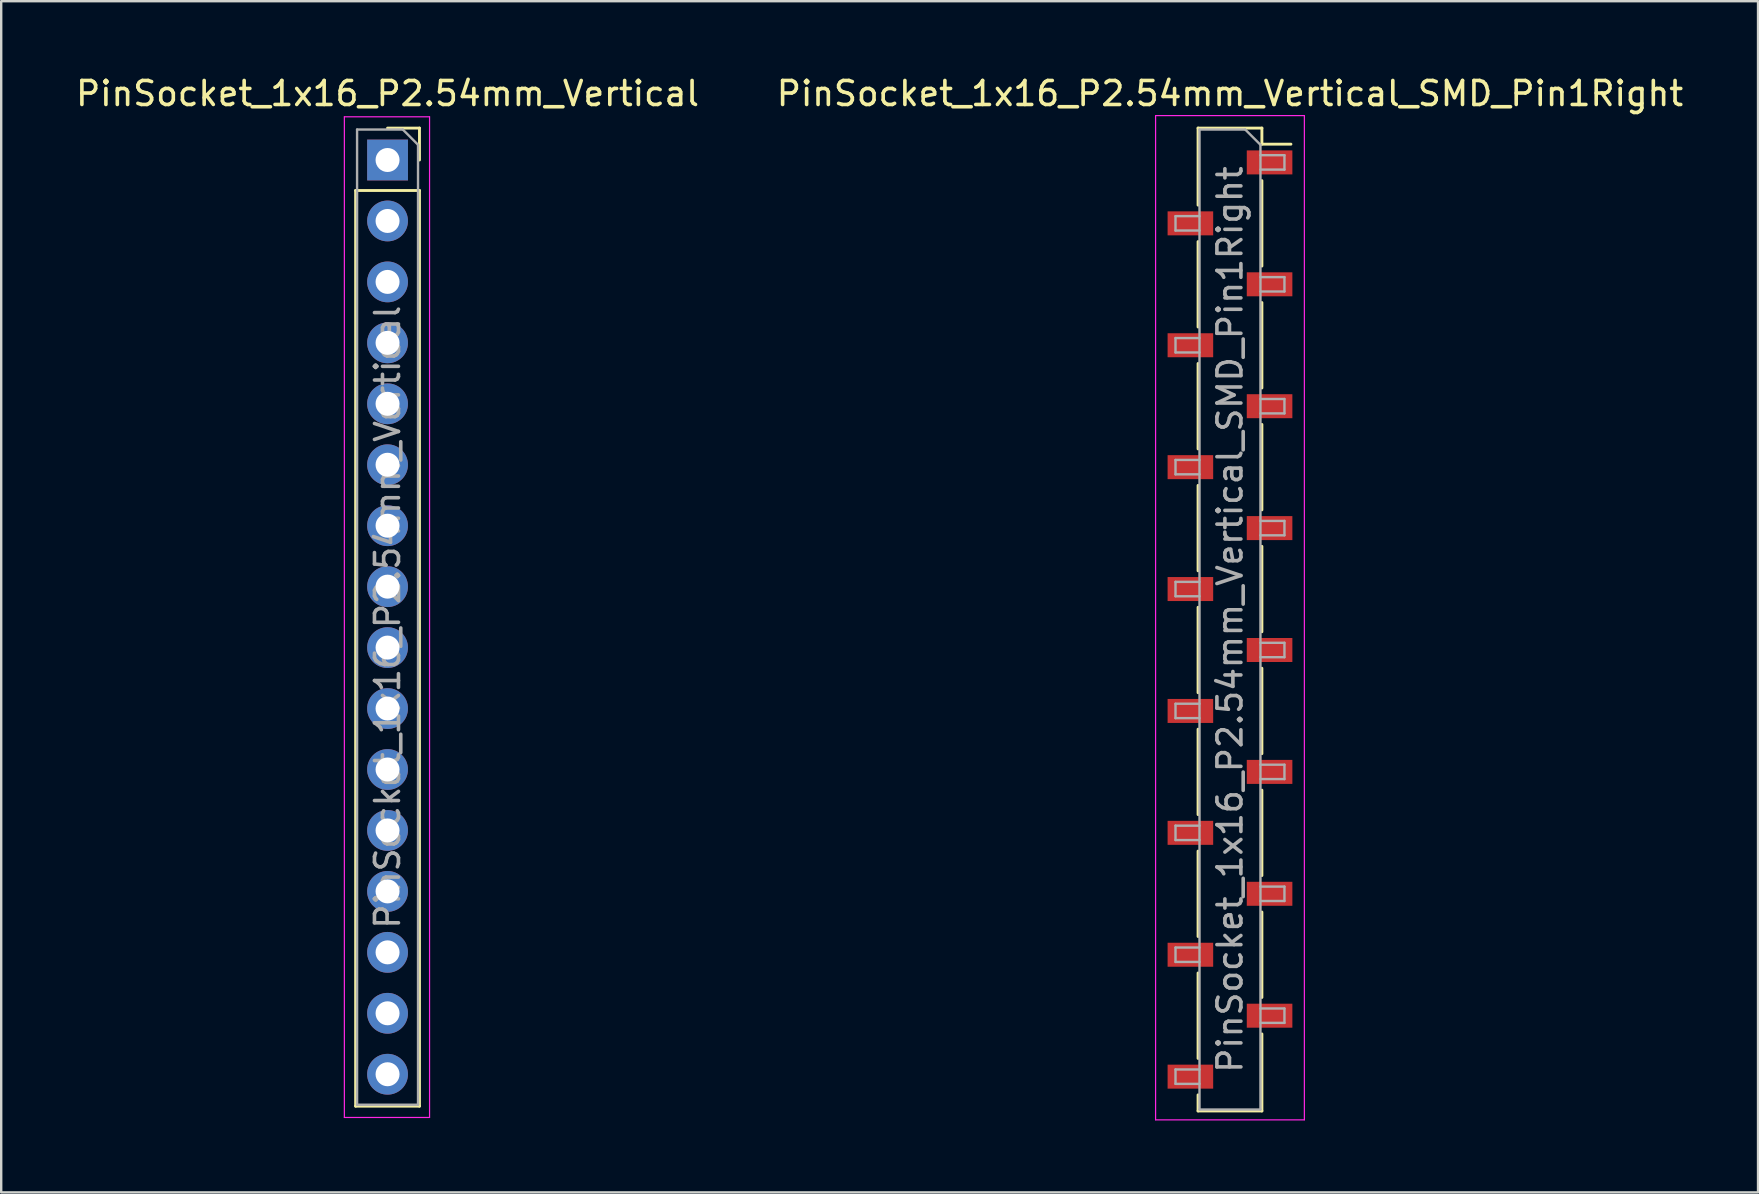
<source format=kicad_pcb>
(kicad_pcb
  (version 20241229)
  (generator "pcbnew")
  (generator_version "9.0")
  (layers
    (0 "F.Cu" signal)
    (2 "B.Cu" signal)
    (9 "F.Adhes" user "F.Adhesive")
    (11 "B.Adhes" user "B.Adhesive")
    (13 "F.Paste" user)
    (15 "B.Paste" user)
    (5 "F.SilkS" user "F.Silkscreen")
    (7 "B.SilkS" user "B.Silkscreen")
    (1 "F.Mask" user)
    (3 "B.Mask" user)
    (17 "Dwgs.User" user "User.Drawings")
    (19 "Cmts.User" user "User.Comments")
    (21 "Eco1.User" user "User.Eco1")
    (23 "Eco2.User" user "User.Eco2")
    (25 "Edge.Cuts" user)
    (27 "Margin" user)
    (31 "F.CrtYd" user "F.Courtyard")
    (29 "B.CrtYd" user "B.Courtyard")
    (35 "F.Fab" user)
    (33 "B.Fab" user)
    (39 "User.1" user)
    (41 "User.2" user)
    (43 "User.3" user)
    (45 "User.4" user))
  (footprint "PinSocket_1x16_P2.54mm_Vertical"
    (layer "F.Cu")
    (at 13.101 3.618)
    (property "Reference" "PinSocket_1x16_P2.54mm_Vertical" (at 0 -2.77 0) (layer "F.SilkS") (effects (font (size 1 1) (thickness 0.15))))
    (attr through_hole)
    (fp_line (start -1.33 1.27) (end -1.33 39.43) (stroke (width 0.12) (type solid)) (layer "F.SilkS"))
    (fp_line (start -1.33 1.27) (end 1.33 1.27) (stroke (width 0.12) (type solid)) (layer "F.SilkS"))
    (fp_line (start -1.33 39.43) (end 1.33 39.43) (stroke (width 0.12) (type solid)) (layer "F.SilkS"))
    (fp_line (start 0 -1.33) (end 1.33 -1.33) (stroke (width 0.12) (type solid)) (layer "F.SilkS"))
    (fp_line (start 1.33 -1.33) (end 1.33 0) (stroke (width 0.12) (type solid)) (layer "F.SilkS"))
    (fp_line (start 1.33 1.27) (end 1.33 39.43) (stroke (width 0.12) (type solid)) (layer "F.SilkS"))
    (fp_line (start -1.8 -1.8) (end 1.75 -1.8) (stroke (width 0.05) (type solid)) (layer "F.CrtYd"))
    (fp_line (start -1.8 39.9) (end -1.8 -1.8) (stroke (width 0.05) (type solid)) (layer "F.CrtYd"))
    (fp_line (start 1.75 -1.8) (end 1.75 39.9) (stroke (width 0.05) (type solid)) (layer "F.CrtYd"))
    (fp_line (start 1.75 39.9) (end -1.8 39.9) (stroke (width 0.05) (type solid)) (layer "F.CrtYd"))
    (fp_line (start -1.27 -1.27) (end 0.635 -1.27) (stroke (width 0.1) (type solid)) (layer "F.Fab"))
    (fp_line (start -1.27 39.37) (end -1.27 -1.27) (stroke (width 0.1) (type solid)) (layer "F.Fab"))
    (fp_line (start 0.635 -1.27) (end 1.27 -0.635) (stroke (width 0.1) (type solid)) (layer "F.Fab"))
    (fp_line (start 1.27 -0.635) (end 1.27 39.37) (stroke (width 0.1) (type solid)) (layer "F.Fab"))
    (fp_line (start 1.27 39.37) (end -1.27 39.37) (stroke (width 0.1) (type solid)) (layer "F.Fab"))
    (fp_text user "${REFERENCE}" (at 0 19.05 90) (layer "F.Fab") (effects (font (size 1 1) (thickness 0.15))))
    (pad "1" thru_hole rect (at 0 0) (size 1.7 1.7) (drill 1) (layers "*.Cu" "*.Mask"))
    (pad "2" thru_hole oval (at 0 2.54) (size 1.7 1.7) (drill 1) (layers "*.Cu" "*.Mask"))
    (pad "3" thru_hole oval (at 0 5.08) (size 1.7 1.7) (drill 1) (layers "*.Cu" "*.Mask"))
    (pad "4" thru_hole oval (at 0 7.62) (size 1.7 1.7) (drill 1) (layers "*.Cu" "*.Mask"))
    (pad "5" thru_hole oval (at 0 10.16) (size 1.7 1.7) (drill 1) (layers "*.Cu" "*.Mask"))
    (pad "6" thru_hole oval (at 0 12.7) (size 1.7 1.7) (drill 1) (layers "*.Cu" "*.Mask"))
    (pad "7" thru_hole oval (at 0 15.24) (size 1.7 1.7) (drill 1) (layers "*.Cu" "*.Mask"))
    (pad "8" thru_hole oval (at 0 17.78) (size 1.7 1.7) (drill 1) (layers "*.Cu" "*.Mask"))
    (pad "9" thru_hole oval (at 0 20.32) (size 1.7 1.7) (drill 1) (layers "*.Cu" "*.Mask"))
    (pad "10" thru_hole oval (at 0 22.86) (size 1.7 1.7) (drill 1) (layers "*.Cu" "*.Mask"))
    (pad "11" thru_hole oval (at 0 25.4) (size 1.7 1.7) (drill 1) (layers "*.Cu" "*.Mask"))
    (pad "12" thru_hole oval (at 0 27.94) (size 1.7 1.7) (drill 1) (layers "*.Cu" "*.Mask"))
    (pad "13" thru_hole oval (at 0 30.48) (size 1.7 1.7) (drill 1) (layers "*.Cu" "*.Mask"))
    (pad "14" thru_hole oval (at 0 33.02) (size 1.7 1.7) (drill 1) (layers "*.Cu" "*.Mask"))
    (pad "15" thru_hole oval (at 0 35.56) (size 1.7 1.7) (drill 1) (layers "*.Cu" "*.Mask"))
    (pad "16" thru_hole oval (at 0 38.1) (size 1.7 1.7) (drill 1) (layers "*.Cu" "*.Mask")))
  (footprint "PinSocket_1x16_P2.54mm_Vertical_SMD_Pin1Right"
    (layer "F.Cu")
    (at 48.208 22.768)
    (property "Reference" "PinSocket_1x16_P2.54mm_Vertical_SMD_Pin1Right" (at 0 -21.92 0) (layer "F.SilkS") (effects (font (size 1 1) (thickness 0.15))))
    (attr smd)
    (fp_line (start -1.33 -20.48) (end -1.33 -17.27) (stroke (width 0.12) (type solid)) (layer "F.SilkS"))
    (fp_line (start -1.33 -20.48) (end 1.33 -20.48) (stroke (width 0.12) (type solid)) (layer "F.SilkS"))
    (fp_line (start -1.33 -15.75) (end -1.33 -12.19) (stroke (width 0.12) (type solid)) (layer "F.SilkS"))
    (fp_line (start -1.33 -10.67) (end -1.33 -7.11) (stroke (width 0.12) (type solid)) (layer "F.SilkS"))
    (fp_line (start -1.33 -5.59) (end -1.33 -2.03) (stroke (width 0.12) (type solid)) (layer "F.SilkS"))
    (fp_line (start -1.33 -0.51) (end -1.33 3.05) (stroke (width 0.12) (type solid)) (layer "F.SilkS"))
    (fp_line (start -1.33 4.57) (end -1.33 8.13) (stroke (width 0.12) (type solid)) (layer "F.SilkS"))
    (fp_line (start -1.33 9.65) (end -1.33 13.21) (stroke (width 0.12) (type solid)) (layer "F.SilkS"))
    (fp_line (start -1.33 14.73) (end -1.33 18.29) (stroke (width 0.12) (type solid)) (layer "F.SilkS"))
    (fp_line (start -1.33 19.81) (end -1.33 20.48) (stroke (width 0.12) (type solid)) (layer "F.SilkS"))
    (fp_line (start -1.33 20.48) (end 1.33 20.48) (stroke (width 0.12) (type solid)) (layer "F.SilkS"))
    (fp_line (start 1.33 -20.48) (end 1.33 -19.81) (stroke (width 0.12) (type solid)) (layer "F.SilkS"))
    (fp_line (start 1.33 -19.81) (end 2.54 -19.81) (stroke (width 0.12) (type solid)) (layer "F.SilkS"))
    (fp_line (start 1.33 -18.29) (end 1.33 -14.73) (stroke (width 0.12) (type solid)) (layer "F.SilkS"))
    (fp_line (start 1.33 -13.21) (end 1.33 -9.65) (stroke (width 0.12) (type solid)) (layer "F.SilkS"))
    (fp_line (start 1.33 -8.13) (end 1.33 -4.57) (stroke (width 0.12) (type solid)) (layer "F.SilkS"))
    (fp_line (start 1.33 -3.05) (end 1.33 0.51) (stroke (width 0.12) (type solid)) (layer "F.SilkS"))
    (fp_line (start 1.33 2.03) (end 1.33 5.59) (stroke (width 0.12) (type solid)) (layer "F.SilkS"))
    (fp_line (start 1.33 7.11) (end 1.33 10.67) (stroke (width 0.12) (type solid)) (layer "F.SilkS"))
    (fp_line (start 1.33 12.19) (end 1.33 15.75) (stroke (width 0.12) (type solid)) (layer "F.SilkS"))
    (fp_line (start 1.33 17.27) (end 1.33 20.48) (stroke (width 0.12) (type solid)) (layer "F.SilkS"))
    (fp_line (start -3.1 -21) (end 3.1 -21) (stroke (width 0.05) (type solid)) (layer "F.CrtYd"))
    (fp_line (start -3.1 20.85) (end -3.1 -21) (stroke (width 0.05) (type solid)) (layer "F.CrtYd"))
    (fp_line (start 3.1 -21) (end 3.1 20.85) (stroke (width 0.05) (type solid)) (layer "F.CrtYd"))
    (fp_line (start 3.1 20.85) (end -3.1 20.85) (stroke (width 0.05) (type solid)) (layer "F.CrtYd"))
    (fp_line (start -2.27 -16.81) (end -1.27 -16.81) (stroke (width 0.1) (type solid)) (layer "F.Fab"))
    (fp_line (start -2.27 -16.21) (end -2.27 -16.81) (stroke (width 0.1) (type solid)) (layer "F.Fab"))
    (fp_line (start -2.27 -11.73) (end -1.27 -11.73) (stroke (width 0.1) (type solid)) (layer "F.Fab"))
    (fp_line (start -2.27 -11.13) (end -2.27 -11.73) (stroke (width 0.1) (type solid)) (layer "F.Fab"))
    (fp_line (start -2.27 -6.65) (end -1.27 -6.65) (stroke (width 0.1) (type solid)) (layer "F.Fab"))
    (fp_line (start -2.27 -6.05) (end -2.27 -6.65) (stroke (width 0.1) (type solid)) (layer "F.Fab"))
    (fp_line (start -2.27 -1.57) (end -1.27 -1.57) (stroke (width 0.1) (type solid)) (layer "F.Fab"))
    (fp_line (start -2.27 -0.97) (end -2.27 -1.57) (stroke (width 0.1) (type solid)) (layer "F.Fab"))
    (fp_line (start -2.27 3.51) (end -1.27 3.51) (stroke (width 0.1) (type solid)) (layer "F.Fab"))
    (fp_line (start -2.27 4.11) (end -2.27 3.51) (stroke (width 0.1) (type solid)) (layer "F.Fab"))
    (fp_line (start -2.27 8.59) (end -1.27 8.59) (stroke (width 0.1) (type solid)) (layer "F.Fab"))
    (fp_line (start -2.27 9.19) (end -2.27 8.59) (stroke (width 0.1) (type solid)) (layer "F.Fab"))
    (fp_line (start -2.27 13.67) (end -1.27 13.67) (stroke (width 0.1) (type solid)) (layer "F.Fab"))
    (fp_line (start -2.27 14.27) (end -2.27 13.67) (stroke (width 0.1) (type solid)) (layer "F.Fab"))
    (fp_line (start -2.27 18.75) (end -1.27 18.75) (stroke (width 0.1) (type solid)) (layer "F.Fab"))
    (fp_line (start -2.27 19.35) (end -2.27 18.75) (stroke (width 0.1) (type solid)) (layer "F.Fab"))
    (fp_line (start -1.27 -20.42) (end 0.635 -20.42) (stroke (width 0.1) (type solid)) (layer "F.Fab"))
    (fp_line (start -1.27 -16.21) (end -2.27 -16.21) (stroke (width 0.1) (type solid)) (layer "F.Fab"))
    (fp_line (start -1.27 -11.13) (end -2.27 -11.13) (stroke (width 0.1) (type solid)) (layer "F.Fab"))
    (fp_line (start -1.27 -6.05) (end -2.27 -6.05) (stroke (width 0.1) (type solid)) (layer "F.Fab"))
    (fp_line (start -1.27 -0.97) (end -2.27 -0.97) (stroke (width 0.1) (type solid)) (layer "F.Fab"))
    (fp_line (start -1.27 4.11) (end -2.27 4.11) (stroke (width 0.1) (type solid)) (layer "F.Fab"))
    (fp_line (start -1.27 9.19) (end -2.27 9.19) (stroke (width 0.1) (type solid)) (layer "F.Fab"))
    (fp_line (start -1.27 14.27) (end -2.27 14.27) (stroke (width 0.1) (type solid)) (layer "F.Fab"))
    (fp_line (start -1.27 19.35) (end -2.27 19.35) (stroke (width 0.1) (type solid)) (layer "F.Fab"))
    (fp_line (start -1.27 20.42) (end -1.27 -20.42) (stroke (width 0.1) (type solid)) (layer "F.Fab"))
    (fp_line (start 0.635 -20.42) (end 1.27 -19.785) (stroke (width 0.1) (type solid)) (layer "F.Fab"))
    (fp_line (start 1.27 -19.785) (end 1.27 20.42) (stroke (width 0.1) (type solid)) (layer "F.Fab"))
    (fp_line (start 1.27 -19.35) (end 2.27 -19.35) (stroke (width 0.1) (type solid)) (layer "F.Fab"))
    (fp_line (start 1.27 -14.27) (end 2.27 -14.27) (stroke (width 0.1) (type solid)) (layer "F.Fab"))
    (fp_line (start 1.27 -9.19) (end 2.27 -9.19) (stroke (width 0.1) (type solid)) (layer "F.Fab"))
    (fp_line (start 1.27 -4.11) (end 2.27 -4.11) (stroke (width 0.1) (type solid)) (layer "F.Fab"))
    (fp_line (start 1.27 0.97) (end 2.27 0.97) (stroke (width 0.1) (type solid)) (layer "F.Fab"))
    (fp_line (start 1.27 6.05) (end 2.27 6.05) (stroke (width 0.1) (type solid)) (layer "F.Fab"))
    (fp_line (start 1.27 11.13) (end 2.27 11.13) (stroke (width 0.1) (type solid)) (layer "F.Fab"))
    (fp_line (start 1.27 16.21) (end 2.27 16.21) (stroke (width 0.1) (type solid)) (layer "F.Fab"))
    (fp_line (start 1.27 20.42) (end -1.27 20.42) (stroke (width 0.1) (type solid)) (layer "F.Fab"))
    (fp_line (start 2.27 -19.35) (end 2.27 -18.75) (stroke (width 0.1) (type solid)) (layer "F.Fab"))
    (fp_line (start 2.27 -18.75) (end 1.27 -18.75) (stroke (width 0.1) (type solid)) (layer "F.Fab"))
    (fp_line (start 2.27 -14.27) (end 2.27 -13.67) (stroke (width 0.1) (type solid)) (layer "F.Fab"))
    (fp_line (start 2.27 -13.67) (end 1.27 -13.67) (stroke (width 0.1) (type solid)) (layer "F.Fab"))
    (fp_line (start 2.27 -9.19) (end 2.27 -8.59) (stroke (width 0.1) (type solid)) (layer "F.Fab"))
    (fp_line (start 2.27 -8.59) (end 1.27 -8.59) (stroke (width 0.1) (type solid)) (layer "F.Fab"))
    (fp_line (start 2.27 -4.11) (end 2.27 -3.51) (stroke (width 0.1) (type solid)) (layer "F.Fab"))
    (fp_line (start 2.27 -3.51) (end 1.27 -3.51) (stroke (width 0.1) (type solid)) (layer "F.Fab"))
    (fp_line (start 2.27 0.97) (end 2.27 1.57) (stroke (width 0.1) (type solid)) (layer "F.Fab"))
    (fp_line (start 2.27 1.57) (end 1.27 1.57) (stroke (width 0.1) (type solid)) (layer "F.Fab"))
    (fp_line (start 2.27 6.05) (end 2.27 6.65) (stroke (width 0.1) (type solid)) (layer "F.Fab"))
    (fp_line (start 2.27 6.65) (end 1.27 6.65) (stroke (width 0.1) (type solid)) (layer "F.Fab"))
    (fp_line (start 2.27 11.13) (end 2.27 11.73) (stroke (width 0.1) (type solid)) (layer "F.Fab"))
    (fp_line (start 2.27 11.73) (end 1.27 11.73) (stroke (width 0.1) (type solid)) (layer "F.Fab"))
    (fp_line (start 2.27 16.21) (end 2.27 16.81) (stroke (width 0.1) (type solid)) (layer "F.Fab"))
    (fp_line (start 2.27 16.81) (end 1.27 16.81) (stroke (width 0.1) (type solid)) (layer "F.Fab"))
    (fp_text user "${REFERENCE}" (at 0 0 90) (layer "F.Fab") (effects (font (size 1 1) (thickness 0.15))))
    (pad "1" smd rect (at 1.65 -19.05) (size 1.9 1) (layers "F.Cu" "F.Mask" "F.Paste"))
    (pad "2" smd rect (at -1.65 -16.51) (size 1.9 1) (layers "F.Cu" "F.Mask" "F.Paste"))
    (pad "3" smd rect (at 1.65 -13.97) (size 1.9 1) (layers "F.Cu" "F.Mask" "F.Paste"))
    (pad "4" smd rect (at -1.65 -11.43) (size 1.9 1) (layers "F.Cu" "F.Mask" "F.Paste"))
    (pad "5" smd rect (at 1.65 -8.89) (size 1.9 1) (layers "F.Cu" "F.Mask" "F.Paste"))
    (pad "6" smd rect (at -1.65 -6.35) (size 1.9 1) (layers "F.Cu" "F.Mask" "F.Paste"))
    (pad "7" smd rect (at 1.65 -3.81) (size 1.9 1) (layers "F.Cu" "F.Mask" "F.Paste"))
    (pad "8" smd rect (at -1.65 -1.27) (size 1.9 1) (layers "F.Cu" "F.Mask" "F.Paste"))
    (pad "9" smd rect (at 1.65 1.27) (size 1.9 1) (layers "F.Cu" "F.Mask" "F.Paste"))
    (pad "10" smd rect (at -1.65 3.81) (size 1.9 1) (layers "F.Cu" "F.Mask" "F.Paste"))
    (pad "11" smd rect (at 1.65 6.35) (size 1.9 1) (layers "F.Cu" "F.Mask" "F.Paste"))
    (pad "12" smd rect (at -1.65 8.89) (size 1.9 1) (layers "F.Cu" "F.Mask" "F.Paste"))
    (pad "13" smd rect (at 1.65 11.43) (size 1.9 1) (layers "F.Cu" "F.Mask" "F.Paste"))
    (pad "14" smd rect (at -1.65 13.97) (size 1.9 1) (layers "F.Cu" "F.Mask" "F.Paste"))
    (pad "15" smd rect (at 1.65 16.51) (size 1.9 1) (layers "F.Cu" "F.Mask" "F.Paste"))
    (pad "16" smd rect (at -1.65 19.05) (size 1.9 1) (layers "F.Cu" "F.Mask" "F.Paste")))
  (gr_rect
    (start -3 -3)
    (end 70.214 46.643)
    (stroke (width 0.1) (type default))
    (fill no)
    (layer "Edge.Cuts")))
</source>
